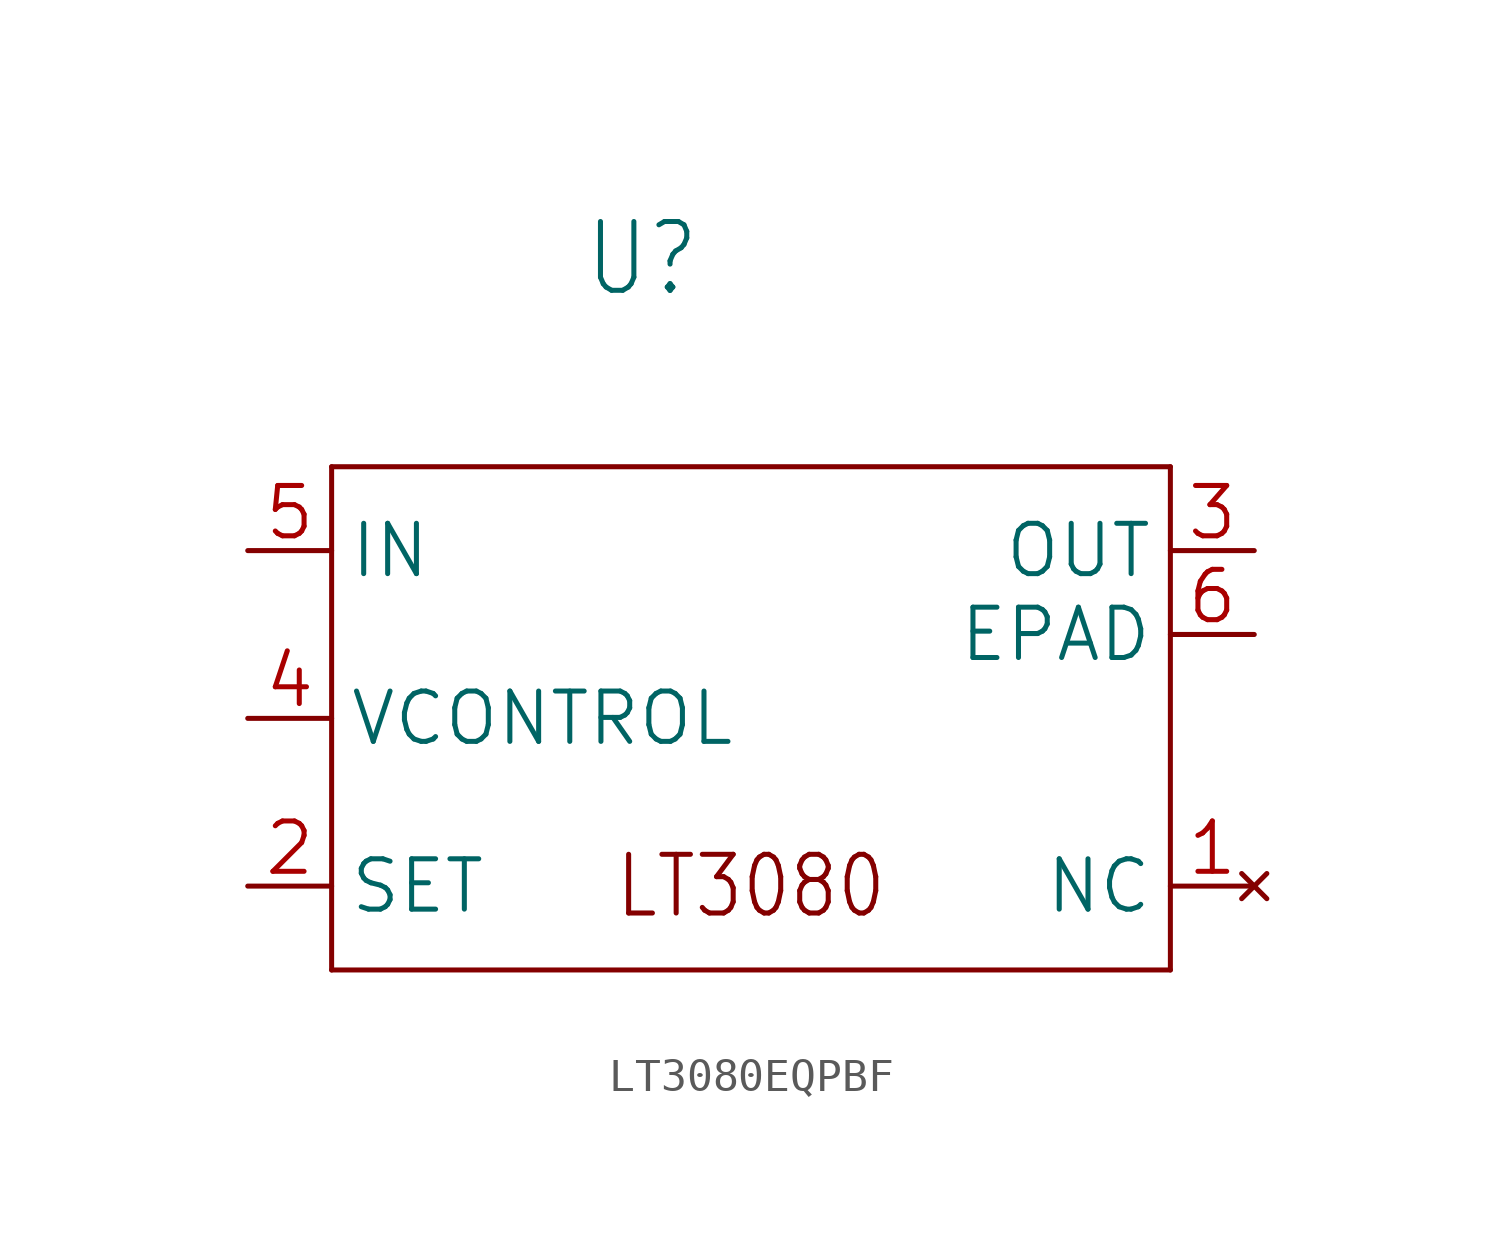
<source format=kicad_sym>
(kicad_symbol_lib
  (version 20241209)
  (generator "kicad_symbol_editor")
  (generator_version "9.0")
  (symbol "LT3080EQPBF"
    (property "Reference" "U"
      (at -5.08 12.7 0)
      (effects (font (size 2.083 1.77)) (justify left bottom)))
    (property "Value" ""
      (at -5.08 10.16 0)
      (effects (font (size 2.083 1.77)) (justify left bottom)))
    (property "ki_locked" ""
      (at 0 0 0)
      (effects (font (size 1.27 1.27))))
    (symbol "LT3080EQPBF_1_0"
      (polyline (pts (xy -12.7 7.62) (xy -12.7 -7.62)) (stroke (width 0.152) (type solid)) (fill (type none)))
      (polyline (pts (xy -12.7 -7.62) (xy 12.7 -7.62)) (stroke (width 0.152) (type solid)) (fill (type none)))
      (polyline (pts (xy 12.7 7.62) (xy -12.7 7.62)) (stroke (width 0.152) (type solid)) (fill (type none)))
      (polyline (pts (xy 12.7 -7.62) (xy 12.7 7.62)) (stroke (width 0.152) (type solid)) (fill (type none)))
      (text "LT3080" (at 0 -5.08 0) (effects (font (size 1.778 1.511))))
      (pin power_in line (at -15.24 5.08 0) (length 2.54) (name "IN" (effects (font (size 1.524 1.524)))) (number "5" (effects (font (size 1.524 1.524)))))
      (pin input line (at -15.24 0 0) (length 2.54) (name "VCONTROL" (effects (font (size 1.524 1.524)))) (number "4" (effects (font (size 1.524 1.524)))))
      (pin input line (at -15.24 -5.08 0) (length 2.54) (name "SET" (effects (font (size 1.524 1.524)))) (number "2" (effects (font (size 1.524 1.524)))))
      (pin power_in line (at 15.24 5.08 180) (length 2.54) (name "OUT" (effects (font (size 1.524 1.524)))) (number "3" (effects (font (size 1.524 1.524)))))
      (pin power_in line (at 15.24 2.54 180) (length 2.54) (name "EPAD" (effects (font (size 1.524 1.524)))) (number "6" (effects (font (size 1.524 1.524)))))
      (pin no_connect line (at 15.24 -5.08 180) (length 2.54) (name "NC" (effects (font (size 1.524 1.524)))) (number "1" (effects (font (size 1.524 1.524))))))))
</source>
